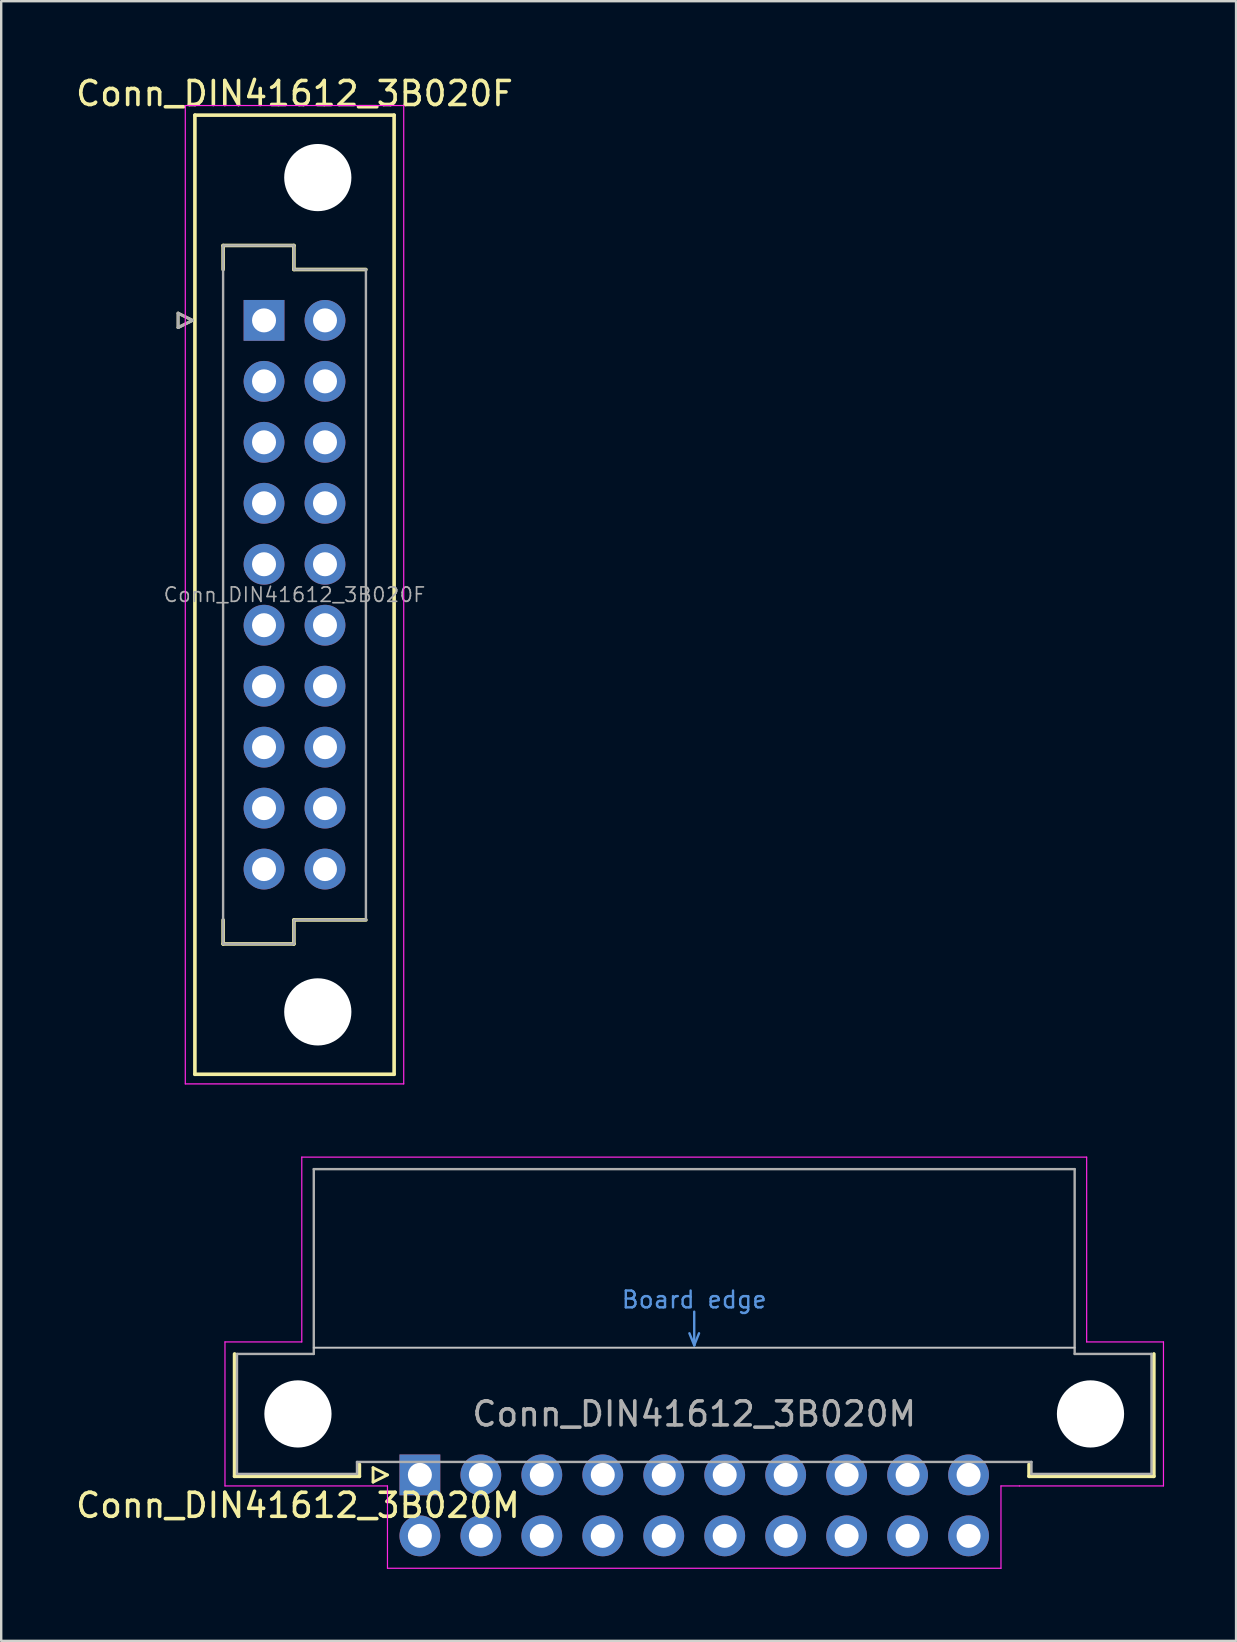
<source format=kicad_pcb>
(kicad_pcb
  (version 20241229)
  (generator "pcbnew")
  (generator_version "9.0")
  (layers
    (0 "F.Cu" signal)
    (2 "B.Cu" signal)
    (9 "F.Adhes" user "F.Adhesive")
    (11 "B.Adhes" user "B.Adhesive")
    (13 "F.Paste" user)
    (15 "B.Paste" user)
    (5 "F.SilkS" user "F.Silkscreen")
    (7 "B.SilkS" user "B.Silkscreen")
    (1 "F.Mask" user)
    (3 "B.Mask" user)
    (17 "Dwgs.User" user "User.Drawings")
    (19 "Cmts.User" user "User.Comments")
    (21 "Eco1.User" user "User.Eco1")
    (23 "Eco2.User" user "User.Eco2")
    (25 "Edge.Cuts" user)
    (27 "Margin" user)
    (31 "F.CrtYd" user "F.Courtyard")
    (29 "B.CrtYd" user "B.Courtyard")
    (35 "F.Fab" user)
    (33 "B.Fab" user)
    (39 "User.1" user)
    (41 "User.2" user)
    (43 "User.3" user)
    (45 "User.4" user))
  (footprint "Conn_DIN41612_3B020M"
    (layer "F.Cu")
    (at 14.443 58.398)
    (property "Reference" "Conn_DIN41612_3B020M" (at -5.08 1.27 0) (layer "F.SilkS") (effects (font (size 1 1) (thickness 0.15))))
    (attr through_hole)
    (fp_line (start -7.72 0.06) (end -7.72 -5.04) (stroke (width 0.15) (type solid)) (layer "F.SilkS"))
    (fp_line (start -2.52 -0.44) (end -2.52 0.06) (stroke (width 0.15) (type solid)) (layer "F.SilkS"))
    (fp_line (start -2.52 0.06) (end -7.72 0.06) (stroke (width 0.15) (type solid)) (layer "F.SilkS"))
    (fp_line (start -1.95 -0.3) (end -1.95 0.3) (stroke (width 0.12) (type solid)) (layer "F.SilkS"))
    (fp_line (start -1.95 0.3) (end -1.35 0) (stroke (width 0.12) (type solid)) (layer "F.SilkS"))
    (fp_line (start -1.35 0) (end -1.95 -0.3) (stroke (width 0.12) (type solid)) (layer "F.SilkS"))
    (fp_line (start 25.38 -0.44) (end 25.38 0.06) (stroke (width 0.15) (type solid)) (layer "F.SilkS"))
    (fp_line (start 25.38 0.06) (end 30.58 0.06) (stroke (width 0.15) (type solid)) (layer "F.SilkS"))
    (fp_line (start 30.58 0.06) (end 30.58 -5.04) (stroke (width 0.15) (type solid)) (layer "F.SilkS"))
    (fp_line (start -4.42 -5.3) (end 27.28 -5.3) (stroke (width 0.08) (type solid)) (layer "Dwgs.User"))
    (fp_line (start 11.23 -5.9) (end 11.43 -5.4) (stroke (width 0.1) (type solid)) (layer "Cmts.User"))
    (fp_line (start 11.43 -6.8) (end 11.43 -5.4) (stroke (width 0.1) (type solid)) (layer "Cmts.User"))
    (fp_line (start 11.43 -5.4) (end 11.63 -5.9) (stroke (width 0.1) (type solid)) (layer "Cmts.User"))
    (fp_line (start -8.12 -5.54) (end -4.92 -5.54) (stroke (width 0.05) (type solid)) (layer "F.CrtYd"))
    (fp_line (start -8.12 0.46) (end -8.12 -5.54) (stroke (width 0.05) (type solid)) (layer "F.CrtYd"))
    (fp_line (start -4.92 -13.24) (end 27.78 -13.24) (stroke (width 0.05) (type solid)) (layer "F.CrtYd"))
    (fp_line (start -4.92 -5.54) (end -4.92 -13.24) (stroke (width 0.05) (type solid)) (layer "F.CrtYd"))
    (fp_line (start -1.35 0.46) (end -8.12 0.46) (stroke (width 0.05) (type solid)) (layer "F.CrtYd"))
    (fp_line (start -1.35 3.89) (end -1.35 0.46) (stroke (width 0.05) (type solid)) (layer "F.CrtYd"))
    (fp_line (start 24.21 0.46) (end 24.21 3.89) (stroke (width 0.05) (type solid)) (layer "F.CrtYd"))
    (fp_line (start 24.21 3.89) (end -1.35 3.89) (stroke (width 0.05) (type solid)) (layer "F.CrtYd"))
    (fp_line (start 24.98 0.46) (end 24.21 0.46) (stroke (width 0.05) (type solid)) (layer "F.CrtYd"))
    (fp_line (start 27.78 -13.24) (end 27.78 -5.54) (stroke (width 0.05) (type solid)) (layer "F.CrtYd"))
    (fp_line (start 27.78 -5.54) (end 30.98 -5.54) (stroke (width 0.05) (type solid)) (layer "F.CrtYd"))
    (fp_line (start 30.98 -5.54) (end 30.98 0.46) (stroke (width 0.05) (type solid)) (layer "F.CrtYd"))
    (fp_line (start 30.98 0.46) (end 24.98 0.46) (stroke (width 0.05) (type solid)) (layer "F.CrtYd"))
    (fp_line (start -7.62 -5.04) (end -4.42 -5.04) (stroke (width 0.1) (type solid)) (layer "F.Fab"))
    (fp_line (start -7.62 -0.04) (end -7.62 -5.04) (stroke (width 0.1) (type solid)) (layer "F.Fab"))
    (fp_line (start -4.42 -12.74) (end 27.28 -12.74) (stroke (width 0.1) (type solid)) (layer "F.Fab"))
    (fp_line (start -4.42 -5.04) (end -4.42 -12.74) (stroke (width 0.1) (type solid)) (layer "F.Fab"))
    (fp_line (start -2.62 -0.54) (end -2.62 -0.04) (stroke (width 0.1) (type solid)) (layer "F.Fab"))
    (fp_line (start -2.62 -0.04) (end -7.62 -0.04) (stroke (width 0.1) (type solid)) (layer "F.Fab"))
    (fp_line (start 25.48 -0.54) (end -2.62 -0.54) (stroke (width 0.1) (type solid)) (layer "F.Fab"))
    (fp_line (start 25.48 -0.04) (end 25.48 -0.54) (stroke (width 0.1) (type solid)) (layer "F.Fab"))
    (fp_line (start 27.28 -12.74) (end 27.28 -5.04) (stroke (width 0.1) (type solid)) (layer "F.Fab"))
    (fp_line (start 27.28 -5.04) (end 30.48 -5.04) (stroke (width 0.1) (type solid)) (layer "F.Fab"))
    (fp_line (start 30.48 -5.04) (end 30.48 -0.04) (stroke (width 0.1) (type solid)) (layer "F.Fab"))
    (fp_line (start 30.48 -0.04) (end 25.48 -0.04) (stroke (width 0.1) (type solid)) (layer "F.Fab"))
    (fp_text user "Board edge" (at 11.43 -7.3 0) (layer "Cmts.User") (effects (font (size 0.7 0.7) (thickness 0.1))))
    (fp_text user "${REFERENCE}" (at 11.43 -2.54 0) (layer "F.Fab") (effects (font (size 1 1) (thickness 0.15))))
    (pad "" np_thru_hole circle (at -5.08 -2.54) (size 2.8 2.8) (drill 2.8) (layers "*.Cu" "*.Mask"))
    (pad "" np_thru_hole circle (at 27.94 -2.54) (size 2.8 2.8) (drill 2.8) (layers "*.Cu" "*.Mask"))
    (pad "A1" thru_hole rect (at 0 0) (size 1.7 1.7) (drill 1) (layers "*.Cu" "*.Mask"))
    (pad "A2" thru_hole circle (at 2.54 0) (size 1.7 1.7) (drill 1) (layers "*.Cu" "*.Mask"))
    (pad "A3" thru_hole circle (at 5.08 0) (size 1.7 1.7) (drill 1) (layers "*.Cu" "*.Mask"))
    (pad "A4" thru_hole circle (at 7.62 0) (size 1.7 1.7) (drill 1) (layers "*.Cu" "*.Mask"))
    (pad "A5" thru_hole circle (at 10.16 0) (size 1.7 1.7) (drill 1) (layers "*.Cu" "*.Mask"))
    (pad "A6" thru_hole circle (at 12.7 0) (size 1.7 1.7) (drill 1) (layers "*.Cu" "*.Mask"))
    (pad "A7" thru_hole circle (at 15.24 0) (size 1.7 1.7) (drill 1) (layers "*.Cu" "*.Mask"))
    (pad "A8" thru_hole circle (at 17.78 0) (size 1.7 1.7) (drill 1) (layers "*.Cu" "*.Mask"))
    (pad "A9" thru_hole circle (at 20.32 0) (size 1.7 1.7) (drill 1) (layers "*.Cu" "*.Mask"))
    (pad "A10" thru_hole circle (at 22.86 0) (size 1.7 1.7) (drill 1) (layers "*.Cu" "*.Mask"))
    (pad "B1" thru_hole circle (at 0 2.54) (size 1.7 1.7) (drill 1) (layers "*.Cu" "*.Mask"))
    (pad "B2" thru_hole circle (at 2.54 2.54) (size 1.7 1.7) (drill 1) (layers "*.Cu" "*.Mask"))
    (pad "B3" thru_hole circle (at 5.08 2.54) (size 1.7 1.7) (drill 1) (layers "*.Cu" "*.Mask"))
    (pad "B4" thru_hole circle (at 7.62 2.54) (size 1.7 1.7) (drill 1) (layers "*.Cu" "*.Mask"))
    (pad "B5" thru_hole circle (at 10.16 2.54) (size 1.7 1.7) (drill 1) (layers "*.Cu" "*.Mask"))
    (pad "B6" thru_hole circle (at 12.7 2.54) (size 1.7 1.7) (drill 1) (layers "*.Cu" "*.Mask"))
    (pad "B7" thru_hole circle (at 15.24 2.54) (size 1.7 1.7) (drill 1) (layers "*.Cu" "*.Mask"))
    (pad "B8" thru_hole circle (at 17.78 2.54) (size 1.7 1.7) (drill 1) (layers "*.Cu" "*.Mask"))
    (pad "B9" thru_hole circle (at 20.32 2.54) (size 1.7 1.7) (drill 1) (layers "*.Cu" "*.Mask"))
    (pad "B10" thru_hole circle (at 22.86 2.54) (size 1.7 1.7) (drill 1) (layers "*.Cu" "*.Mask")))
  (footprint "Conn_DIN41612_3B020F"
    (layer "F.Cu")
    (at 7.95 10.298)
    (property "Reference" "Conn_DIN41612_3B020F" (at 1.27 -9.45 0) (layer "F.SilkS") (effects (font (size 1 1) (thickness 0.15))))
    (attr through_hole)
    (fp_line (start -3.58 -0.3) (end -3.58 0.3) (stroke (width 0.12) (type solid)) (layer "F.SilkS"))
    (fp_line (start -3.58 0.3) (end -2.98 0) (stroke (width 0.12) (type solid)) (layer "F.SilkS"))
    (fp_line (start -2.98 0) (end -3.58 -0.3) (stroke (width 0.12) (type solid)) (layer "F.SilkS"))
    (fp_line (start -2.88 -8.55) (end -2.88 31.41) (stroke (width 0.15) (type solid)) (layer "F.SilkS"))
    (fp_line (start -2.88 31.41) (end 5.42 31.41) (stroke (width 0.15) (type solid)) (layer "F.SilkS"))
    (fp_line (start -1.705 -3.12) (end 1.245 -3.12) (stroke (width 0.15) (type solid)) (layer "F.SilkS"))
    (fp_line (start -1.705 -2.12) (end -1.705 -3.12) (stroke (width 0.15) (type solid)) (layer "F.SilkS"))
    (fp_line (start -1.705 25.98) (end -1.705 24.98) (stroke (width 0.15) (type solid)) (layer "F.SilkS"))
    (fp_line (start 1.245 -3.12) (end 1.245 -2.12) (stroke (width 0.15) (type solid)) (layer "F.SilkS"))
    (fp_line (start 1.245 -2.12) (end 4.245 -2.12) (stroke (width 0.15) (type solid)) (layer "F.SilkS"))
    (fp_line (start 1.245 24.98) (end 1.245 25.98) (stroke (width 0.15) (type solid)) (layer "F.SilkS"))
    (fp_line (start 1.245 25.98) (end -1.705 25.98) (stroke (width 0.15) (type solid)) (layer "F.SilkS"))
    (fp_line (start 4.245 24.98) (end 1.245 24.98) (stroke (width 0.15) (type solid)) (layer "F.SilkS"))
    (fp_line (start 5.42 -8.55) (end -2.88 -8.55) (stroke (width 0.15) (type solid)) (layer "F.SilkS"))
    (fp_line (start 5.42 31.41) (end 5.42 -8.55) (stroke (width 0.15) (type solid)) (layer "F.SilkS"))
    (fp_line (start -3.28 -8.95) (end -3.28 31.81) (stroke (width 0.05) (type solid)) (layer "F.CrtYd"))
    (fp_line (start -3.28 31.81) (end 5.82 31.81) (stroke (width 0.05) (type solid)) (layer "F.CrtYd"))
    (fp_line (start 5.82 -8.95) (end -3.28 -8.95) (stroke (width 0.05) (type solid)) (layer "F.CrtYd"))
    (fp_line (start 5.82 31.81) (end 5.82 -8.95) (stroke (width 0.05) (type solid)) (layer "F.CrtYd"))
    (fp_line (start -3.58 -0.3) (end -3.58 0.3) (stroke (width 0.12) (type solid)) (layer "F.Fab"))
    (fp_line (start -3.58 0.3) (end -2.98 0) (stroke (width 0.12) (type solid)) (layer "F.Fab"))
    (fp_line (start -2.98 0) (end -3.58 -0.3) (stroke (width 0.12) (type solid)) (layer "F.Fab"))
    (fp_line (start -1.705 -3.12) (end 1.245 -3.12) (stroke (width 0.1) (type solid)) (layer "F.Fab"))
    (fp_line (start -1.705 -2.12) (end -1.705 -3.12) (stroke (width 0.1) (type solid)) (layer "F.Fab"))
    (fp_line (start -1.705 24.98) (end -1.705 -2.12) (stroke (width 0.1) (type solid)) (layer "F.Fab"))
    (fp_line (start -1.705 25.98) (end -1.705 24.98) (stroke (width 0.1) (type solid)) (layer "F.Fab"))
    (fp_line (start 1.245 -3.12) (end 1.245 -2.12) (stroke (width 0.1) (type solid)) (layer "F.Fab"))
    (fp_line (start 1.245 -2.12) (end 4.245 -2.12) (stroke (width 0.1) (type solid)) (layer "F.Fab"))
    (fp_line (start 1.245 24.98) (end 1.245 25.98) (stroke (width 0.1) (type solid)) (layer "F.Fab"))
    (fp_line (start 1.245 25.98) (end -1.705 25.98) (stroke (width 0.1) (type solid)) (layer "F.Fab"))
    (fp_line (start 4.245 -2.12) (end 4.245 24.98) (stroke (width 0.1) (type solid)) (layer "F.Fab"))
    (fp_line (start 4.245 24.98) (end 1.245 24.98) (stroke (width 0.1) (type solid)) (layer "F.Fab"))
    (fp_text user "${REFERENCE}" (at 1.27 11.43 0) (layer "F.Fab") (effects (font (size 0.6 0.6) (thickness 0.07))))
    (pad "" np_thru_hole circle (at 2.24 -5.95) (size 2.8 2.8) (drill 2.8) (layers "*.Cu" "*.Mask"))
    (pad "" np_thru_hole circle (at 2.24 28.81) (size 2.8 2.8) (drill 2.8) (layers "*.Cu" "*.Mask"))
    (pad "A1" thru_hole rect (at 0 0) (size 1.7 1.7) (drill 1) (layers "*.Cu" "*.Mask"))
    (pad "A2" thru_hole circle (at 0 2.54) (size 1.7 1.7) (drill 1) (layers "*.Cu" "*.Mask"))
    (pad "A3" thru_hole circle (at 0 5.08) (size 1.7 1.7) (drill 1) (layers "*.Cu" "*.Mask"))
    (pad "A4" thru_hole circle (at 0 7.62) (size 1.7 1.7) (drill 1) (layers "*.Cu" "*.Mask"))
    (pad "A5" thru_hole circle (at 0 10.16) (size 1.7 1.7) (drill 1) (layers "*.Cu" "*.Mask"))
    (pad "A6" thru_hole circle (at 0 12.7) (size 1.7 1.7) (drill 1) (layers "*.Cu" "*.Mask"))
    (pad "A7" thru_hole circle (at 0 15.24) (size 1.7 1.7) (drill 1) (layers "*.Cu" "*.Mask"))
    (pad "A8" thru_hole circle (at 0 17.78) (size 1.7 1.7) (drill 1) (layers "*.Cu" "*.Mask"))
    (pad "A9" thru_hole circle (at 0 20.32) (size 1.7 1.7) (drill 1) (layers "*.Cu" "*.Mask"))
    (pad "A10" thru_hole circle (at 0 22.86) (size 1.7 1.7) (drill 1) (layers "*.Cu" "*.Mask"))
    (pad "B1" thru_hole circle (at 2.54 0) (size 1.7 1.7) (drill 1) (layers "*.Cu" "*.Mask"))
    (pad "B2" thru_hole circle (at 2.54 2.54) (size 1.7 1.7) (drill 1) (layers "*.Cu" "*.Mask"))
    (pad "B3" thru_hole circle (at 2.54 5.08) (size 1.7 1.7) (drill 1) (layers "*.Cu" "*.Mask"))
    (pad "B4" thru_hole circle (at 2.54 7.62) (size 1.7 1.7) (drill 1) (layers "*.Cu" "*.Mask"))
    (pad "B5" thru_hole circle (at 2.54 10.16) (size 1.7 1.7) (drill 1) (layers "*.Cu" "*.Mask"))
    (pad "B6" thru_hole circle (at 2.54 12.7) (size 1.7 1.7) (drill 1) (layers "*.Cu" "*.Mask"))
    (pad "B7" thru_hole circle (at 2.54 15.24) (size 1.7 1.7) (drill 1) (layers "*.Cu" "*.Mask"))
    (pad "B8" thru_hole circle (at 2.54 17.78) (size 1.7 1.7) (drill 1) (layers "*.Cu" "*.Mask"))
    (pad "B9" thru_hole circle (at 2.54 20.32) (size 1.7 1.7) (drill 1) (layers "*.Cu" "*.Mask"))
    (pad "B10" thru_hole circle (at 2.54 22.86) (size 1.7 1.7) (drill 1) (layers "*.Cu" "*.Mask")))
  (gr_rect
    (start -3 -3)
    (end 48.448 65.313)
    (stroke (width 0.1) (type default))
    (fill no)
    (layer "Edge.Cuts")))
</source>
